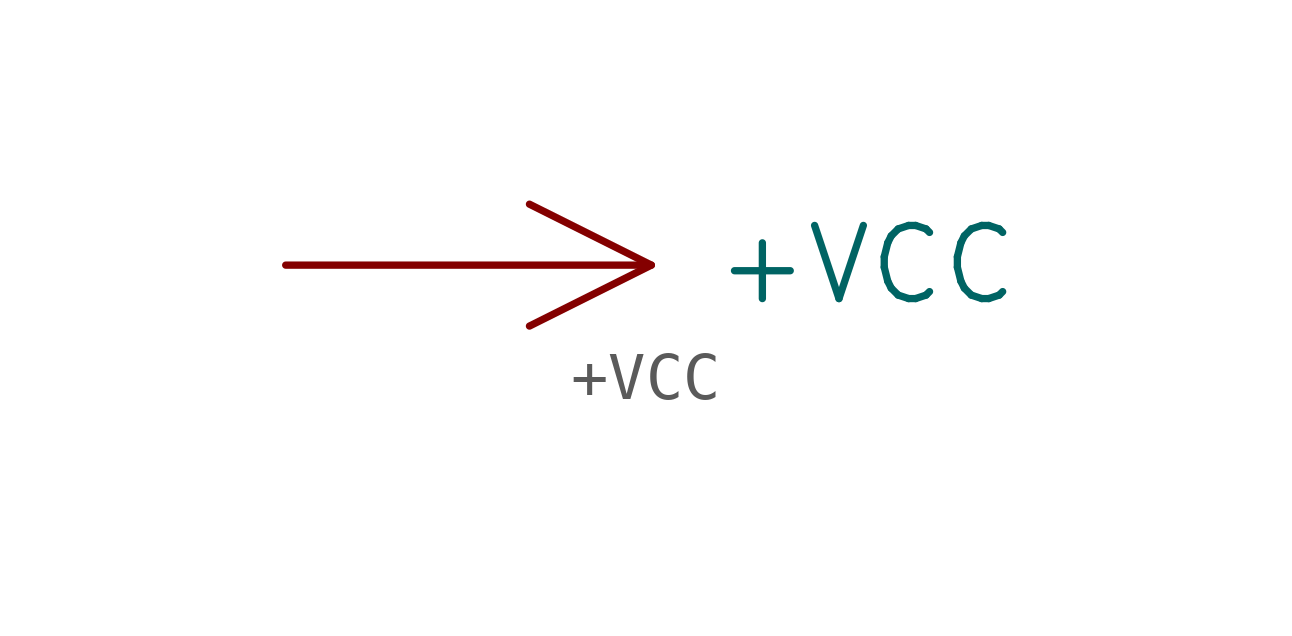
<source format=kicad_sym>
(kicad_symbol_lib
  (version 20220914)
  (generator kicad_symbol_editor)
  (symbol "+VCC"
    (power)
    (pin_numbers hide)
    (pin_names
      (offset 0))
    (property "Reference" ""
      (at 2.54 -1.27 0)
      (effects (font (size 1.524 1.524)) hide))
    (property "Value" "+VCC"
      (at 8.89 0 0)
      (do_not_autoplace)
      (effects (font (size 1.524 1.524)) (justify left)))
    (property "Footprint" ""
      (at 0 0 0)
      (effects (font (size 1.524 1.524))))
    (property "Datasheet" ""
      (at 0 0 0)
      (effects (font (size 1.524 1.524))))
    (symbol "+VCC_0_1"
      (polyline (pts (xy 0 0) (xy 7.62 0)) (stroke (width 0) (type solid)) (fill (type none)))
      (polyline (pts (xy 5.08 1.27) (xy 7.62 0) (xy 5.08 -1.27)) (stroke (width 0) (type solid)) (fill (type none))))
    (symbol "+VCC_1_1"
      (pin power_in line (at 0 0 0) (length 5.08) hide (name "+VCC" (effects (font (size 1.27 1.27)))) (number "~" (effects (font (size 1.27 1.27))))))))
</source>
